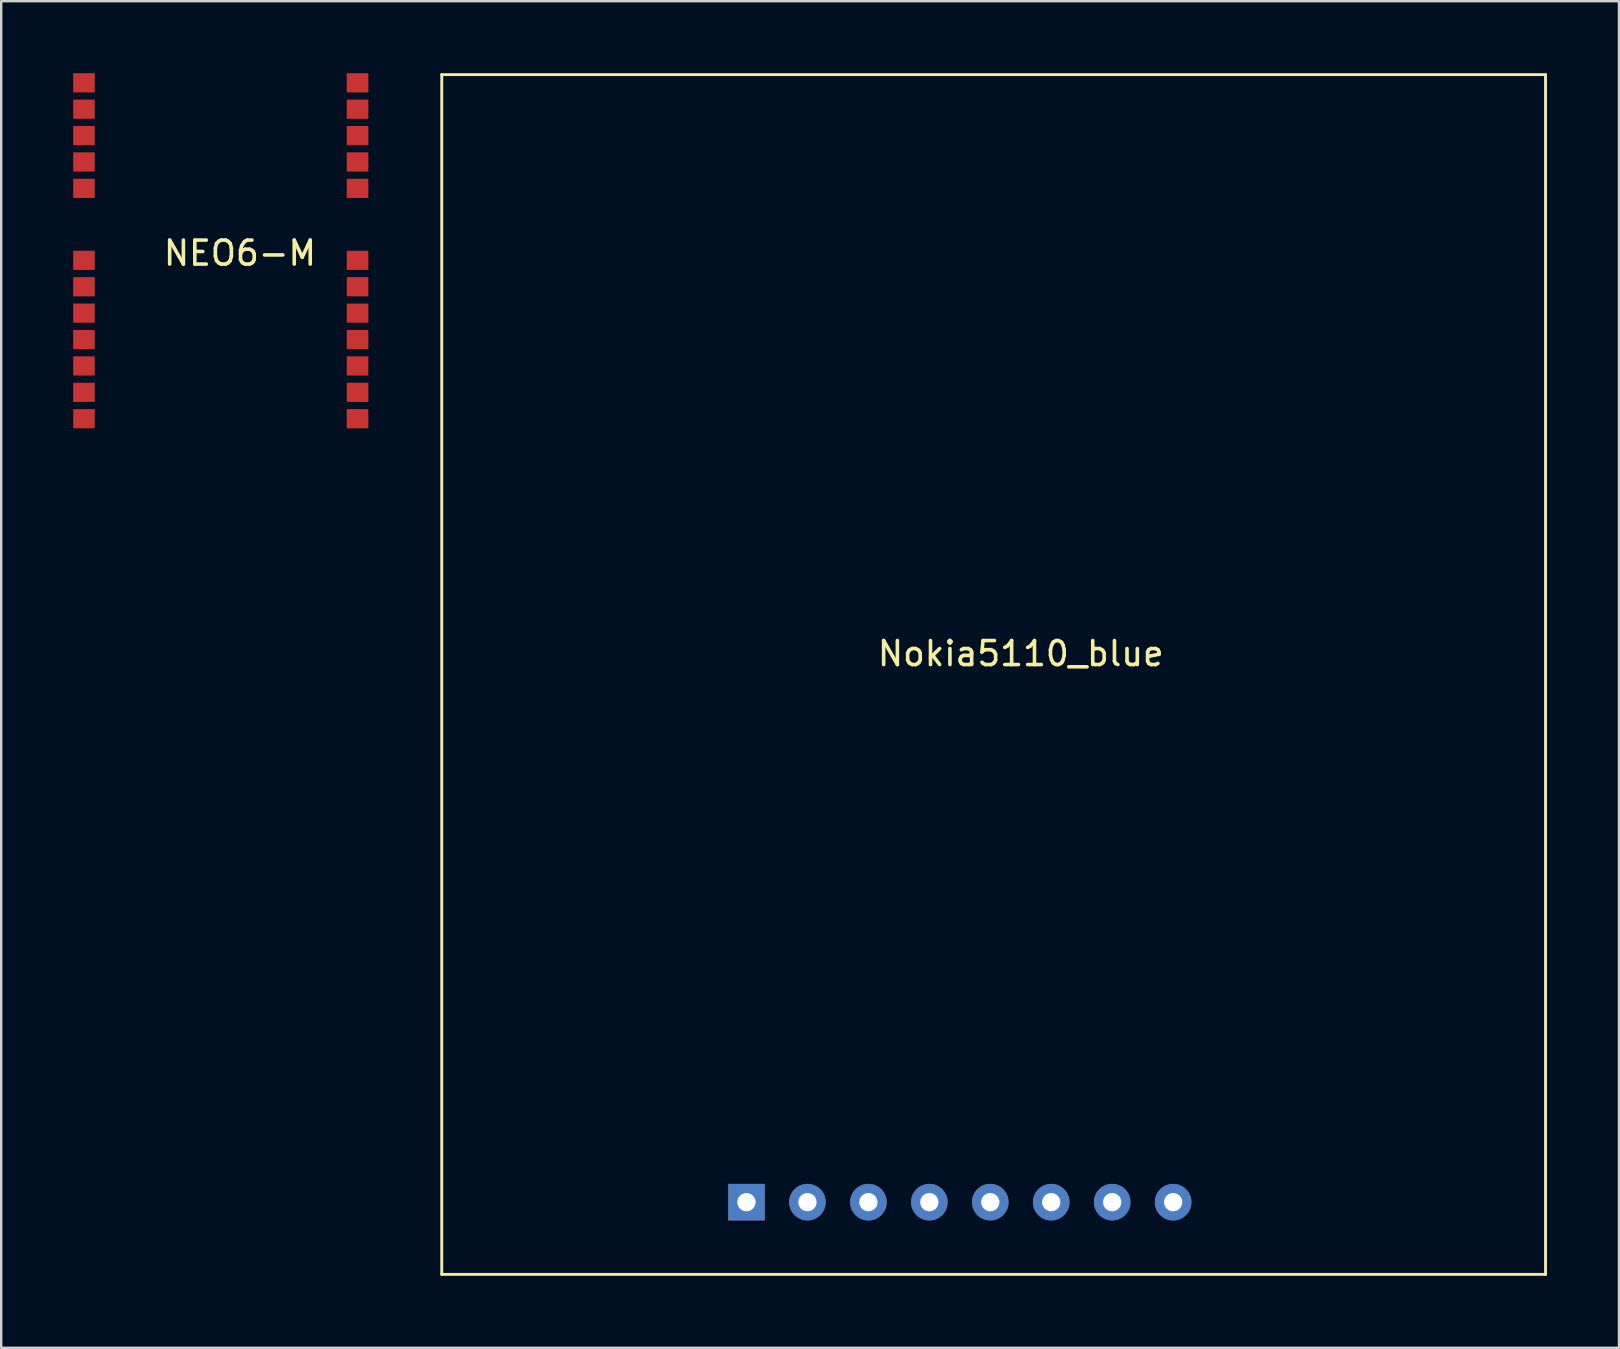
<source format=kicad_pcb>
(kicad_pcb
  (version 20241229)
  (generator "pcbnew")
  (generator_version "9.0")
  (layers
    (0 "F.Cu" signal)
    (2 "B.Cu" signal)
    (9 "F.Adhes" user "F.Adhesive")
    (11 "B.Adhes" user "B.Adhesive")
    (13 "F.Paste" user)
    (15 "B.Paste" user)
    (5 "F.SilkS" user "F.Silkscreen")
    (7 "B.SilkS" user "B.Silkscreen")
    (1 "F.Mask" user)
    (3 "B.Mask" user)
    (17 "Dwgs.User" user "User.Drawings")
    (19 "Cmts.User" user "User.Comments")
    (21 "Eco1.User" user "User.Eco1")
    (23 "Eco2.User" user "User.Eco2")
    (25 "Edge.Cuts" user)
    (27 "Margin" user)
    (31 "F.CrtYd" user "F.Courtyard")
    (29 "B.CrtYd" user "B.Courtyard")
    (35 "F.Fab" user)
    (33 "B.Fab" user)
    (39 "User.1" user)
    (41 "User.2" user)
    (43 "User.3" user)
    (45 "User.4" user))
  (footprint "NEO6-M"
    (layer "F.Cu")
    (at 6.05 7.6)
    (property "Reference" "NEO6-M" (at 0.9 -0.1 0) (layer "F.SilkS") (effects (font (size 1 1) (thickness 0.15))))
    (attr through_hole)
    (pad "1" smd rect (at 5.8 6.8) (size 0.9 0.8) (layers "F.Cu" "F.Mask" "F.Paste"))
    (pad "2" smd rect (at 5.8 5.7) (size 0.9 0.8) (layers "F.Cu" "F.Mask" "F.Paste"))
    (pad "3" smd rect (at 5.8 4.6) (size 0.9 0.8) (layers "F.Cu" "F.Mask" "F.Paste"))
    (pad "4" smd rect (at 5.8 3.5) (size 0.9 0.8) (layers "F.Cu" "F.Mask" "F.Paste"))
    (pad "5" smd rect (at 5.8 2.4) (size 0.9 0.8) (layers "F.Cu" "F.Mask" "F.Paste"))
    (pad "6" smd rect (at 5.8 1.3) (size 0.9 0.8) (layers "F.Cu" "F.Mask" "F.Paste"))
    (pad "7" smd rect (at 5.8 0.2) (size 0.9 0.8) (layers "F.Cu" "F.Mask" "F.Paste"))
    (pad "8" smd rect (at 5.8 -2.8) (size 0.9 0.8) (layers "F.Cu" "F.Mask" "F.Paste"))
    (pad "9" smd rect (at 5.8 -3.9) (size 0.9 0.8) (layers "F.Cu" "F.Mask" "F.Paste"))
    (pad "10" smd rect (at 5.8 -5) (size 0.9 0.8) (layers "F.Cu" "F.Mask" "F.Paste"))
    (pad "11" smd rect (at 5.8 -6.1) (size 0.9 0.8) (layers "F.Cu" "F.Mask" "F.Paste"))
    (pad "12" smd rect (at 5.8 -7.2) (size 0.9 0.8) (layers "F.Cu" "F.Mask" "F.Paste"))
    (pad "13" smd rect (at -5.6 -7.2) (size 0.9 0.8) (layers "F.Cu" "F.Mask" "F.Paste"))
    (pad "14" smd rect (at -5.6 -6.1) (size 0.9 0.8) (layers "F.Cu" "F.Mask" "F.Paste"))
    (pad "15" smd rect (at -5.6 -5) (size 0.9 0.8) (layers "F.Cu" "F.Mask" "F.Paste"))
    (pad "16" smd rect (at -5.6 -3.9) (size 0.9 0.8) (layers "F.Cu" "F.Mask" "F.Paste"))
    (pad "17" smd rect (at -5.6 -2.8) (size 0.9 0.8) (layers "F.Cu" "F.Mask" "F.Paste"))
    (pad "18" smd rect (at -5.6 0.2) (size 0.9 0.8) (layers "F.Cu" "F.Mask" "F.Paste"))
    (pad "19" smd rect (at -5.6 1.3) (size 0.9 0.8) (layers "F.Cu" "F.Mask" "F.Paste"))
    (pad "20" smd rect (at -5.6 2.4) (size 0.9 0.8) (layers "F.Cu" "F.Mask" "F.Paste"))
    (pad "21" smd rect (at -5.6 3.5) (size 0.9 0.8) (layers "F.Cu" "F.Mask" "F.Paste"))
    (pad "22" smd rect (at -5.6 4.6) (size 0.9 0.8) (layers "F.Cu" "F.Mask" "F.Paste"))
    (pad "23" smd rect (at -5.6 5.7) (size 0.9 0.8) (layers "F.Cu" "F.Mask" "F.Paste"))
    (pad "24" smd rect (at -5.6 6.8) (size 0.9 0.8) (layers "F.Cu" "F.Mask" "F.Paste")))
  (footprint "Nokia5110_blue"
    (layer "F.Cu")
    (at 28.06 47.05)
    (property "Reference" "Nokia5110_blue" (at 11.43 -22.86 0) (layer "F.SilkS") (effects (font (size 1 1) (thickness 0.15))))
    (attr through_hole)
    (fp_line (start -12.7 -46.99) (end 33.3 -46.99) (stroke (width 0.12) (type solid)) (layer "F.SilkS"))
    (fp_line (start -12.7 3.01) (end -12.7 -46.99) (stroke (width 0.12) (type solid)) (layer "F.SilkS"))
    (fp_line (start 33.3 -46.99) (end 33.3 3.01) (stroke (width 0.12) (type solid)) (layer "F.SilkS"))
    (fp_line (start 33.3 3.01) (end -12.7 3.01) (stroke (width 0.12) (type solid)) (layer "F.SilkS"))
    (pad "1" thru_hole rect (at 0 0) (size 1.524 1.524) (drill 0.762) (layers "*.Cu" "*.Mask"))
    (pad "2" thru_hole circle (at 2.54 0) (size 1.524 1.524) (drill 0.762) (layers "*.Cu" "*.Mask"))
    (pad "3" thru_hole circle (at 5.08 0) (size 1.524 1.524) (drill 0.762) (layers "*.Cu" "*.Mask"))
    (pad "4" thru_hole circle (at 7.62 0) (size 1.524 1.524) (drill 0.762) (layers "*.Cu" "*.Mask"))
    (pad "5" thru_hole circle (at 10.16 0) (size 1.524 1.524) (drill 0.762) (layers "*.Cu" "*.Mask"))
    (pad "6" thru_hole circle (at 12.7 0) (size 1.524 1.524) (drill 0.762) (layers "*.Cu" "*.Mask"))
    (pad "7" thru_hole circle (at 15.24 0) (size 1.524 1.524) (drill 0.762) (layers "*.Cu" "*.Mask"))
    (pad "8" thru_hole circle (at 17.78 0) (size 1.524 1.524) (drill 0.762) (layers "*.Cu" "*.Mask")))
  (gr_rect
    (start -3 -3)
    (end 64.42 53.12)
    (stroke (width 0.1) (type default))
    (fill no)
    (layer "Edge.Cuts")))
</source>
